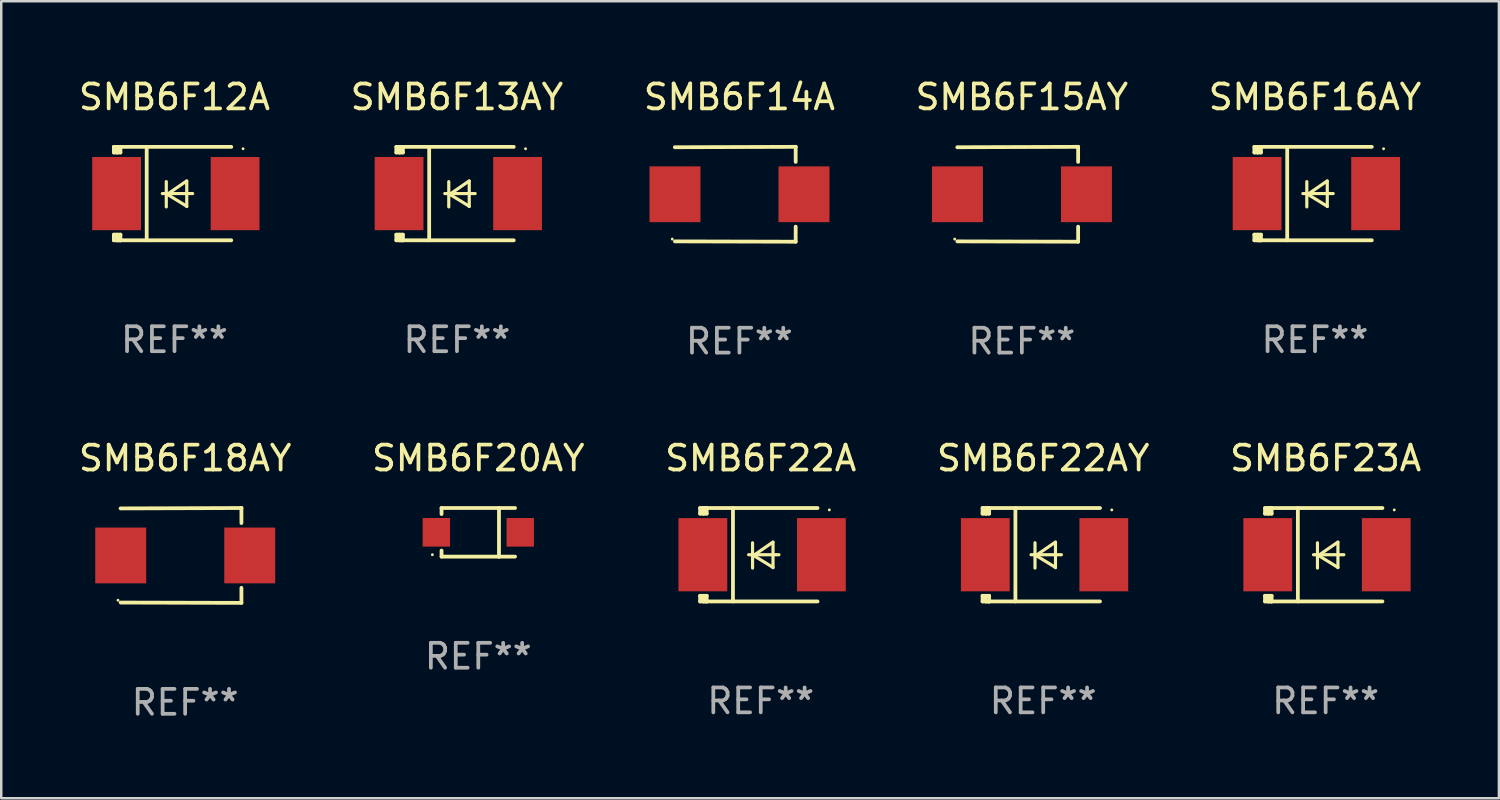
<source format=kicad_pcb>
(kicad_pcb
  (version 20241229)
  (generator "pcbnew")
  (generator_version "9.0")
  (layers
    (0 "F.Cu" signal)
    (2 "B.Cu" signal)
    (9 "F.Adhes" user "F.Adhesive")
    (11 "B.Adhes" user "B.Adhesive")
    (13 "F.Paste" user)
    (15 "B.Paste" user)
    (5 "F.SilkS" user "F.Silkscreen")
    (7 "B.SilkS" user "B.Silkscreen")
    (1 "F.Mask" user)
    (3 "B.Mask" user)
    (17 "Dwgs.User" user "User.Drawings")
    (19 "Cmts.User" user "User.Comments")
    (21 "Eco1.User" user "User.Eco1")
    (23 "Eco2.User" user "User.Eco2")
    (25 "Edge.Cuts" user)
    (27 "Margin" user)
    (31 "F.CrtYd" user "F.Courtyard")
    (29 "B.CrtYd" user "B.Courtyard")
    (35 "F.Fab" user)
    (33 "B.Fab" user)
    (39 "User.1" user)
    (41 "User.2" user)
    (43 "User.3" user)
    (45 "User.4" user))
  (footprint "SMB6F20AY"
    (layer "F.Cu")
    (at 16.161 18.334)
    (property "Reference" "SMB6F20AY" (at 0 -2.98 0) (layer "F.SilkS") (effects (font (size 1 1) (thickness 0.15))))
    (attr through_hole)
    (fp_line (start -1.476 -0.98) (end -1.476 -0.737) (stroke (width 0.152) (type solid)) (layer "F.SilkS"))
    (fp_line (start -1.476 0.973) (end -1.476 0.73) (stroke (width 0.152) (type solid)) (layer "F.SilkS"))
    (fp_line (start 0.831 0.98) (end 0.831 -0.973) (stroke (width 0.152) (type solid)) (layer "F.SilkS"))
    (fp_line (start 1.476 -0.98) (end -1.476 -0.98) (stroke (width 0.152) (type solid)) (layer "F.SilkS"))
    (fp_line (start 1.476 0.973) (end -1.476 0.973) (stroke (width 0.152) (type solid)) (layer "F.SilkS"))
    (fp_circle (center -1.845 0.897) (end -1.815 0.897) (stroke (width 0.06) (type solid)) (fill no) (layer "F.SilkS"))
    (fp_text user "REF**" (at 0 4.98 0) (layer "F.Fab") (effects (font (size 1 1) (thickness 0.15))))
    (pad "1" smd rect (at -1.685 -0.003) (size 1.1 1.15) (layers "F.Cu" "F.Mask" "F.Paste"))
    (pad "2" smd rect (at 1.685 -0.003) (size 1.1 1.15) (layers "F.Cu" "F.Mask" "F.Paste")))
  (footprint "SMB6F22AY"
    (layer "F.Cu")
    (at 38.851 19.231)
    (property "Reference" "SMB6F22AY" (at 0 -3.876 0) (layer "F.SilkS") (effects (font (size 1 1) (thickness 0.15))))
    (attr through_hole)
    (fp_line (start -2.435 1.65) (end -2.171 1.65) (stroke (width 0.152) (type solid)) (layer "F.SilkS"))
    (fp_line (start -2.435 1.876) (end -2.435 1.65) (stroke (width 0.152) (type solid)) (layer "F.SilkS"))
    (fp_line (start -2.435 -1.876) (end -2.171 -1.876) (stroke (width 0.152) (type solid)) (layer "F.SilkS"))
    (fp_line (start -2.435 -1.65) (end -2.435 -1.876) (stroke (width 0.152) (type solid)) (layer "F.SilkS"))
    (fp_line (start -2.305 -1.866) (end -2.295 -1.876) (stroke (width 0.152) (type solid)) (layer "F.SilkS"))
    (fp_line (start -2.305 -1.65) (end -2.305 -1.866) (stroke (width 0.152) (type solid)) (layer "F.SilkS"))
    (fp_line (start -2.305 1.876) (end -2.305 1.65) (stroke (width 0.152) (type solid)) (layer "F.SilkS"))
    (fp_line (start -2.295 -1.876) (end -2.295 -1.65) (stroke (width 0.152) (type solid)) (layer "F.SilkS"))
    (fp_line (start -2.171 1.876) (end -2.435 1.876) (stroke (width 0.152) (type solid)) (layer "F.SilkS"))
    (fp_line (start -2.171 -1.65) (end -2.435 -1.65) (stroke (width 0.152) (type solid)) (layer "F.SilkS"))
    (fp_line (start -2.171 -1.876) (end -2.295 -1.876) (stroke (width 0.152) (type solid)) (layer "F.SilkS"))
    (fp_line (start -2.171 -1.65) (end -2.171 -1.876) (stroke (width 0.152) (type solid)) (layer "F.SilkS"))
    (fp_line (start -2.171 1.876) (end -2.305 1.876) (stroke (width 0.152) (type solid)) (layer "F.SilkS"))
    (fp_line (start -2.171 1.876) (end -2.171 1.65) (stroke (width 0.152) (type solid)) (layer "F.SilkS"))
    (fp_line (start -1.116 1.876) (end -1.116 -1.876) (stroke (width 0.152) (type solid)) (layer "F.SilkS"))
    (fp_line (start -0.488 0.000102) (end 0.731 0.000102) (stroke (width 0.127) (type solid)) (layer "F.SilkS"))
    (fp_line (start -0.329 -0.48) (end -0.329 0.536) (stroke (width 0.127) (type solid)) (layer "F.SilkS"))
    (fp_line (start -0.29 0.03) (end 0.493 0.51) (stroke (width 0.127) (type solid)) (layer "F.SilkS"))
    (fp_line (start 0.493 -0.51) (end -0.29 0.03) (stroke (width 0.127) (type solid)) (layer "F.SilkS"))
    (fp_line (start 0.493 0.52) (end 0.493 -0.496) (stroke (width 0.127) (type solid)) (layer "F.SilkS"))
    (fp_line (start 2.281 -1.876) (end -2.171 -1.876) (stroke (width 0.152) (type solid)) (layer "F.SilkS"))
    (fp_line (start 2.281 1.876) (end -2.171 1.876) (stroke (width 0.152) (type solid)) (layer "F.SilkS"))
    (fp_circle (center 2.755 -1.8) (end 2.785 -1.8) (stroke (width 0.06) (type solid)) (fill no) (layer "F.SilkS"))
    (fp_text user "REF**" (at 0 5.876 0) (layer "F.Fab") (effects (font (size 1 1) (thickness 0.15))))
    (pad "1" smd rect (at 2.435 -0.000025 180) (size 1.96 2.94) (layers "F.Cu" "F.Mask" "F.Paste"))
    (pad "2" smd rect (at -2.325 -0.000025 180) (size 1.96 2.94) (layers "F.Cu" "F.Mask" "F.Paste")))
  (footprint "SMB6F14A"
    (layer "F.Cu")
    (at 26.649 4.753)
    (property "Reference" "SMB6F14A" (at 0 -3.905 0) (layer "F.SilkS") (effects (font (size 1 1) (thickness 0.15))))
    (attr through_hole)
    (fp_line (start 2.256 -1.905) (end -2.594 -1.889) (stroke (width 0.152) (type solid)) (layer "F.SilkS"))
    (fp_line (start 2.256 -1.905) (end 2.26 -1.905) (stroke (width 0.152) (type solid)) (layer "F.SilkS"))
    (fp_line (start 2.26 -1.905) (end 2.26 -1.301) (stroke (width 0.152) (type solid)) (layer "F.SilkS"))
    (fp_line (start 2.26 1.301) (end 2.26 1.905) (stroke (width 0.152) (type solid)) (layer "F.SilkS"))
    (fp_line (start 2.26 1.905) (end -2.59 1.892) (stroke (width 0.152) (type solid)) (layer "F.SilkS"))
    (fp_circle (center -2.697 1.8) (end -2.667 1.8) (stroke (width 0.06) (type solid)) (fill no) (layer "F.SilkS"))
    (fp_text user "REF**" (at 0 5.905 0) (layer "F.Fab") (effects (font (size 1 1) (thickness 0.15))))
    (pad "1" smd rect (at -2.588 0) (size 2.047 2.241) (layers "F.Cu" "F.Mask" "F.Paste"))
    (pad "2" smd rect (at 2.594 0) (size 2.047 2.241) (layers "F.Cu" "F.Mask" "F.Paste")))
  (footprint "SMB6F18AY"
    (layer "F.Cu")
    (at 4.387 19.26)
    (property "Reference" "SMB6F18AY" (at 0 -3.905 0) (layer "F.SilkS") (effects (font (size 1 1) (thickness 0.15))))
    (attr through_hole)
    (fp_line (start 2.256 -1.905) (end -2.594 -1.889) (stroke (width 0.152) (type solid)) (layer "F.SilkS"))
    (fp_line (start 2.256 -1.905) (end 2.26 -1.905) (stroke (width 0.152) (type solid)) (layer "F.SilkS"))
    (fp_line (start 2.26 -1.905) (end 2.26 -1.301) (stroke (width 0.152) (type solid)) (layer "F.SilkS"))
    (fp_line (start 2.26 1.301) (end 2.26 1.905) (stroke (width 0.152) (type solid)) (layer "F.SilkS"))
    (fp_line (start 2.26 1.905) (end -2.59 1.892) (stroke (width 0.152) (type solid)) (layer "F.SilkS"))
    (fp_circle (center -2.697 1.8) (end -2.667 1.8) (stroke (width 0.06) (type solid)) (fill no) (layer "F.SilkS"))
    (fp_text user "REF**" (at 0 5.905 0) (layer "F.Fab") (effects (font (size 1 1) (thickness 0.15))))
    (pad "1" smd rect (at -2.588 0) (size 2.047 2.241) (layers "F.Cu" "F.Mask" "F.Paste"))
    (pad "2" smd rect (at 2.594 0) (size 2.047 2.241) (layers "F.Cu" "F.Mask" "F.Paste")))
  (footprint "SMB6F12A"
    (layer "F.Cu")
    (at 3.958 4.725)
    (property "Reference" "SMB6F12A" (at 0 -3.876 0) (layer "F.SilkS") (effects (font (size 1 1) (thickness 0.15))))
    (attr through_hole)
    (fp_line (start -2.435 1.65) (end -2.171 1.65) (stroke (width 0.152) (type solid)) (layer "F.SilkS"))
    (fp_line (start -2.435 1.876) (end -2.435 1.65) (stroke (width 0.152) (type solid)) (layer "F.SilkS"))
    (fp_line (start -2.435 -1.876) (end -2.171 -1.876) (stroke (width 0.152) (type solid)) (layer "F.SilkS"))
    (fp_line (start -2.435 -1.65) (end -2.435 -1.876) (stroke (width 0.152) (type solid)) (layer "F.SilkS"))
    (fp_line (start -2.305 -1.866) (end -2.295 -1.876) (stroke (width 0.152) (type solid)) (layer "F.SilkS"))
    (fp_line (start -2.305 -1.65) (end -2.305 -1.866) (stroke (width 0.152) (type solid)) (layer "F.SilkS"))
    (fp_line (start -2.305 1.876) (end -2.305 1.65) (stroke (width 0.152) (type solid)) (layer "F.SilkS"))
    (fp_line (start -2.295 -1.876) (end -2.295 -1.65) (stroke (width 0.152) (type solid)) (layer "F.SilkS"))
    (fp_line (start -2.171 1.876) (end -2.435 1.876) (stroke (width 0.152) (type solid)) (layer "F.SilkS"))
    (fp_line (start -2.171 -1.65) (end -2.435 -1.65) (stroke (width 0.152) (type solid)) (layer "F.SilkS"))
    (fp_line (start -2.171 -1.876) (end -2.295 -1.876) (stroke (width 0.152) (type solid)) (layer "F.SilkS"))
    (fp_line (start -2.171 -1.65) (end -2.171 -1.876) (stroke (width 0.152) (type solid)) (layer "F.SilkS"))
    (fp_line (start -2.171 1.876) (end -2.305 1.876) (stroke (width 0.152) (type solid)) (layer "F.SilkS"))
    (fp_line (start -2.171 1.876) (end -2.171 1.65) (stroke (width 0.152) (type solid)) (layer "F.SilkS"))
    (fp_line (start -1.116 1.876) (end -1.116 -1.876) (stroke (width 0.152) (type solid)) (layer "F.SilkS"))
    (fp_line (start -0.488 0.000102) (end 0.731 0.000102) (stroke (width 0.127) (type solid)) (layer "F.SilkS"))
    (fp_line (start -0.329 -0.48) (end -0.329 0.536) (stroke (width 0.127) (type solid)) (layer "F.SilkS"))
    (fp_line (start -0.29 0.03) (end 0.493 0.51) (stroke (width 0.127) (type solid)) (layer "F.SilkS"))
    (fp_line (start 0.493 -0.51) (end -0.29 0.03) (stroke (width 0.127) (type solid)) (layer "F.SilkS"))
    (fp_line (start 0.493 0.52) (end 0.493 -0.496) (stroke (width 0.127) (type solid)) (layer "F.SilkS"))
    (fp_line (start 2.281 -1.876) (end -2.171 -1.876) (stroke (width 0.152) (type solid)) (layer "F.SilkS"))
    (fp_line (start 2.281 1.876) (end -2.171 1.876) (stroke (width 0.152) (type solid)) (layer "F.SilkS"))
    (fp_circle (center 2.755 -1.8) (end 2.785 -1.8) (stroke (width 0.06) (type solid)) (fill no) (layer "F.SilkS"))
    (fp_text user "REF**" (at 0 5.876 0) (layer "F.Fab") (effects (font (size 1 1) (thickness 0.15))))
    (pad "1" smd rect (at 2.435 -0.000025 180) (size 1.96 2.94) (layers "F.Cu" "F.Mask" "F.Paste"))
    (pad "2" smd rect (at -2.325 -0.000025 180) (size 1.96 2.94) (layers "F.Cu" "F.Mask" "F.Paste")))
  (footprint "SMB6F22A"
    (layer "F.Cu")
    (at 27.506 19.231)
    (property "Reference" "SMB6F22A" (at 0 -3.876 0) (layer "F.SilkS") (effects (font (size 1 1) (thickness 0.15))))
    (attr through_hole)
    (fp_line (start -2.435 1.65) (end -2.171 1.65) (stroke (width 0.152) (type solid)) (layer "F.SilkS"))
    (fp_line (start -2.435 1.876) (end -2.435 1.65) (stroke (width 0.152) (type solid)) (layer "F.SilkS"))
    (fp_line (start -2.435 -1.876) (end -2.171 -1.876) (stroke (width 0.152) (type solid)) (layer "F.SilkS"))
    (fp_line (start -2.435 -1.65) (end -2.435 -1.876) (stroke (width 0.152) (type solid)) (layer "F.SilkS"))
    (fp_line (start -2.305 -1.866) (end -2.295 -1.876) (stroke (width 0.152) (type solid)) (layer "F.SilkS"))
    (fp_line (start -2.305 -1.65) (end -2.305 -1.866) (stroke (width 0.152) (type solid)) (layer "F.SilkS"))
    (fp_line (start -2.305 1.876) (end -2.305 1.65) (stroke (width 0.152) (type solid)) (layer "F.SilkS"))
    (fp_line (start -2.295 -1.876) (end -2.295 -1.65) (stroke (width 0.152) (type solid)) (layer "F.SilkS"))
    (fp_line (start -2.171 1.876) (end -2.435 1.876) (stroke (width 0.152) (type solid)) (layer "F.SilkS"))
    (fp_line (start -2.171 -1.65) (end -2.435 -1.65) (stroke (width 0.152) (type solid)) (layer "F.SilkS"))
    (fp_line (start -2.171 -1.876) (end -2.295 -1.876) (stroke (width 0.152) (type solid)) (layer "F.SilkS"))
    (fp_line (start -2.171 -1.65) (end -2.171 -1.876) (stroke (width 0.152) (type solid)) (layer "F.SilkS"))
    (fp_line (start -2.171 1.876) (end -2.305 1.876) (stroke (width 0.152) (type solid)) (layer "F.SilkS"))
    (fp_line (start -2.171 1.876) (end -2.171 1.65) (stroke (width 0.152) (type solid)) (layer "F.SilkS"))
    (fp_line (start -1.116 1.876) (end -1.116 -1.876) (stroke (width 0.152) (type solid)) (layer "F.SilkS"))
    (fp_line (start -0.488 0.000102) (end 0.731 0.000102) (stroke (width 0.127) (type solid)) (layer "F.SilkS"))
    (fp_line (start -0.329 -0.48) (end -0.329 0.536) (stroke (width 0.127) (type solid)) (layer "F.SilkS"))
    (fp_line (start -0.29 0.03) (end 0.493 0.51) (stroke (width 0.127) (type solid)) (layer "F.SilkS"))
    (fp_line (start 0.493 -0.51) (end -0.29 0.03) (stroke (width 0.127) (type solid)) (layer "F.SilkS"))
    (fp_line (start 0.493 0.52) (end 0.493 -0.496) (stroke (width 0.127) (type solid)) (layer "F.SilkS"))
    (fp_line (start 2.281 -1.876) (end -2.171 -1.876) (stroke (width 0.152) (type solid)) (layer "F.SilkS"))
    (fp_line (start 2.281 1.876) (end -2.171 1.876) (stroke (width 0.152) (type solid)) (layer "F.SilkS"))
    (fp_circle (center 2.755 -1.8) (end 2.785 -1.8) (stroke (width 0.06) (type solid)) (fill no) (layer "F.SilkS"))
    (fp_text user "REF**" (at 0 5.876 0) (layer "F.Fab") (effects (font (size 1 1) (thickness 0.15))))
    (pad "1" smd rect (at 2.435 -0.000025 180) (size 1.96 2.94) (layers "F.Cu" "F.Mask" "F.Paste"))
    (pad "2" smd rect (at -2.325 -0.000025 180) (size 1.96 2.94) (layers "F.Cu" "F.Mask" "F.Paste")))
  (footprint "SMB6F15AY"
    (layer "F.Cu")
    (at 37.994 4.753)
    (property "Reference" "SMB6F15AY" (at 0 -3.905 0) (layer "F.SilkS") (effects (font (size 1 1) (thickness 0.15))))
    (attr through_hole)
    (fp_line (start 2.256 -1.905) (end -2.594 -1.889) (stroke (width 0.152) (type solid)) (layer "F.SilkS"))
    (fp_line (start 2.256 -1.905) (end 2.26 -1.905) (stroke (width 0.152) (type solid)) (layer "F.SilkS"))
    (fp_line (start 2.26 -1.905) (end 2.26 -1.301) (stroke (width 0.152) (type solid)) (layer "F.SilkS"))
    (fp_line (start 2.26 1.301) (end 2.26 1.905) (stroke (width 0.152) (type solid)) (layer "F.SilkS"))
    (fp_line (start 2.26 1.905) (end -2.59 1.892) (stroke (width 0.152) (type solid)) (layer "F.SilkS"))
    (fp_circle (center -2.697 1.8) (end -2.667 1.8) (stroke (width 0.06) (type solid)) (fill no) (layer "F.SilkS"))
    (fp_text user "REF**" (at 0 5.905 0) (layer "F.Fab") (effects (font (size 1 1) (thickness 0.15))))
    (pad "1" smd rect (at -2.588 0) (size 2.047 2.241) (layers "F.Cu" "F.Mask" "F.Paste"))
    (pad "2" smd rect (at 2.594 0) (size 2.047 2.241) (layers "F.Cu" "F.Mask" "F.Paste")))
  (footprint "SMB6F23A"
    (layer "F.Cu")
    (at 50.196 19.231)
    (property "Reference" "SMB6F23A" (at 0 -3.876 0) (layer "F.SilkS") (effects (font (size 1 1) (thickness 0.15))))
    (attr through_hole)
    (fp_line (start -2.435 1.65) (end -2.171 1.65) (stroke (width 0.152) (type solid)) (layer "F.SilkS"))
    (fp_line (start -2.435 1.876) (end -2.435 1.65) (stroke (width 0.152) (type solid)) (layer "F.SilkS"))
    (fp_line (start -2.435 -1.876) (end -2.171 -1.876) (stroke (width 0.152) (type solid)) (layer "F.SilkS"))
    (fp_line (start -2.435 -1.65) (end -2.435 -1.876) (stroke (width 0.152) (type solid)) (layer "F.SilkS"))
    (fp_line (start -2.305 -1.866) (end -2.295 -1.876) (stroke (width 0.152) (type solid)) (layer "F.SilkS"))
    (fp_line (start -2.305 -1.65) (end -2.305 -1.866) (stroke (width 0.152) (type solid)) (layer "F.SilkS"))
    (fp_line (start -2.305 1.876) (end -2.305 1.65) (stroke (width 0.152) (type solid)) (layer "F.SilkS"))
    (fp_line (start -2.295 -1.876) (end -2.295 -1.65) (stroke (width 0.152) (type solid)) (layer "F.SilkS"))
    (fp_line (start -2.171 1.876) (end -2.435 1.876) (stroke (width 0.152) (type solid)) (layer "F.SilkS"))
    (fp_line (start -2.171 -1.65) (end -2.435 -1.65) (stroke (width 0.152) (type solid)) (layer "F.SilkS"))
    (fp_line (start -2.171 -1.876) (end -2.295 -1.876) (stroke (width 0.152) (type solid)) (layer "F.SilkS"))
    (fp_line (start -2.171 -1.65) (end -2.171 -1.876) (stroke (width 0.152) (type solid)) (layer "F.SilkS"))
    (fp_line (start -2.171 1.876) (end -2.305 1.876) (stroke (width 0.152) (type solid)) (layer "F.SilkS"))
    (fp_line (start -2.171 1.876) (end -2.171 1.65) (stroke (width 0.152) (type solid)) (layer "F.SilkS"))
    (fp_line (start -1.116 1.876) (end -1.116 -1.876) (stroke (width 0.152) (type solid)) (layer "F.SilkS"))
    (fp_line (start -0.488 0.000102) (end 0.731 0.000102) (stroke (width 0.127) (type solid)) (layer "F.SilkS"))
    (fp_line (start -0.329 -0.48) (end -0.329 0.536) (stroke (width 0.127) (type solid)) (layer "F.SilkS"))
    (fp_line (start -0.29 0.03) (end 0.493 0.51) (stroke (width 0.127) (type solid)) (layer "F.SilkS"))
    (fp_line (start 0.493 -0.51) (end -0.29 0.03) (stroke (width 0.127) (type solid)) (layer "F.SilkS"))
    (fp_line (start 0.493 0.52) (end 0.493 -0.496) (stroke (width 0.127) (type solid)) (layer "F.SilkS"))
    (fp_line (start 2.281 -1.876) (end -2.171 -1.876) (stroke (width 0.152) (type solid)) (layer "F.SilkS"))
    (fp_line (start 2.281 1.876) (end -2.171 1.876) (stroke (width 0.152) (type solid)) (layer "F.SilkS"))
    (fp_circle (center 2.755 -1.8) (end 2.785 -1.8) (stroke (width 0.06) (type solid)) (fill no) (layer "F.SilkS"))
    (fp_text user "REF**" (at 0 5.876 0) (layer "F.Fab") (effects (font (size 1 1) (thickness 0.15))))
    (pad "1" smd rect (at 2.435 -0.000025 180) (size 1.96 2.94) (layers "F.Cu" "F.Mask" "F.Paste"))
    (pad "2" smd rect (at -2.325 -0.000025 180) (size 1.96 2.94) (layers "F.Cu" "F.Mask" "F.Paste")))
  (footprint "SMB6F13AY"
    (layer "F.Cu")
    (at 15.304 4.725)
    (property "Reference" "SMB6F13AY" (at 0 -3.876 0) (layer "F.SilkS") (effects (font (size 1 1) (thickness 0.15))))
    (attr through_hole)
    (fp_line (start -2.435 1.65) (end -2.171 1.65) (stroke (width 0.152) (type solid)) (layer "F.SilkS"))
    (fp_line (start -2.435 1.876) (end -2.435 1.65) (stroke (width 0.152) (type solid)) (layer "F.SilkS"))
    (fp_line (start -2.435 -1.876) (end -2.171 -1.876) (stroke (width 0.152) (type solid)) (layer "F.SilkS"))
    (fp_line (start -2.435 -1.65) (end -2.435 -1.876) (stroke (width 0.152) (type solid)) (layer "F.SilkS"))
    (fp_line (start -2.305 -1.866) (end -2.295 -1.876) (stroke (width 0.152) (type solid)) (layer "F.SilkS"))
    (fp_line (start -2.305 -1.65) (end -2.305 -1.866) (stroke (width 0.152) (type solid)) (layer "F.SilkS"))
    (fp_line (start -2.305 1.876) (end -2.305 1.65) (stroke (width 0.152) (type solid)) (layer "F.SilkS"))
    (fp_line (start -2.295 -1.876) (end -2.295 -1.65) (stroke (width 0.152) (type solid)) (layer "F.SilkS"))
    (fp_line (start -2.171 1.876) (end -2.435 1.876) (stroke (width 0.152) (type solid)) (layer "F.SilkS"))
    (fp_line (start -2.171 -1.65) (end -2.435 -1.65) (stroke (width 0.152) (type solid)) (layer "F.SilkS"))
    (fp_line (start -2.171 -1.876) (end -2.295 -1.876) (stroke (width 0.152) (type solid)) (layer "F.SilkS"))
    (fp_line (start -2.171 -1.65) (end -2.171 -1.876) (stroke (width 0.152) (type solid)) (layer "F.SilkS"))
    (fp_line (start -2.171 1.876) (end -2.305 1.876) (stroke (width 0.152) (type solid)) (layer "F.SilkS"))
    (fp_line (start -2.171 1.876) (end -2.171 1.65) (stroke (width 0.152) (type solid)) (layer "F.SilkS"))
    (fp_line (start -1.116 1.876) (end -1.116 -1.876) (stroke (width 0.152) (type solid)) (layer "F.SilkS"))
    (fp_line (start -0.488 0.000102) (end 0.731 0.000102) (stroke (width 0.127) (type solid)) (layer "F.SilkS"))
    (fp_line (start -0.329 -0.48) (end -0.329 0.536) (stroke (width 0.127) (type solid)) (layer "F.SilkS"))
    (fp_line (start -0.29 0.03) (end 0.493 0.51) (stroke (width 0.127) (type solid)) (layer "F.SilkS"))
    (fp_line (start 0.493 -0.51) (end -0.29 0.03) (stroke (width 0.127) (type solid)) (layer "F.SilkS"))
    (fp_line (start 0.493 0.52) (end 0.493 -0.496) (stroke (width 0.127) (type solid)) (layer "F.SilkS"))
    (fp_line (start 2.281 -1.876) (end -2.171 -1.876) (stroke (width 0.152) (type solid)) (layer "F.SilkS"))
    (fp_line (start 2.281 1.876) (end -2.171 1.876) (stroke (width 0.152) (type solid)) (layer "F.SilkS"))
    (fp_circle (center 2.755 -1.8) (end 2.785 -1.8) (stroke (width 0.06) (type solid)) (fill no) (layer "F.SilkS"))
    (fp_text user "REF**" (at 0 5.876 0) (layer "F.Fab") (effects (font (size 1 1) (thickness 0.15))))
    (pad "1" smd rect (at 2.435 -0.000025 180) (size 1.96 2.94) (layers "F.Cu" "F.Mask" "F.Paste"))
    (pad "2" smd rect (at -2.325 -0.000025 180) (size 1.96 2.94) (layers "F.Cu" "F.Mask" "F.Paste")))
  (footprint "SMB6F16AY"
    (layer "F.Cu")
    (at 49.768 4.725)
    (property "Reference" "SMB6F16AY" (at 0 -3.876 0) (layer "F.SilkS") (effects (font (size 1 1) (thickness 0.15))))
    (attr through_hole)
    (fp_line (start -2.435 1.65) (end -2.171 1.65) (stroke (width 0.152) (type solid)) (layer "F.SilkS"))
    (fp_line (start -2.435 1.876) (end -2.435 1.65) (stroke (width 0.152) (type solid)) (layer "F.SilkS"))
    (fp_line (start -2.435 -1.876) (end -2.171 -1.876) (stroke (width 0.152) (type solid)) (layer "F.SilkS"))
    (fp_line (start -2.435 -1.65) (end -2.435 -1.876) (stroke (width 0.152) (type solid)) (layer "F.SilkS"))
    (fp_line (start -2.305 -1.866) (end -2.295 -1.876) (stroke (width 0.152) (type solid)) (layer "F.SilkS"))
    (fp_line (start -2.305 -1.65) (end -2.305 -1.866) (stroke (width 0.152) (type solid)) (layer "F.SilkS"))
    (fp_line (start -2.305 1.876) (end -2.305 1.65) (stroke (width 0.152) (type solid)) (layer "F.SilkS"))
    (fp_line (start -2.295 -1.876) (end -2.295 -1.65) (stroke (width 0.152) (type solid)) (layer "F.SilkS"))
    (fp_line (start -2.171 1.876) (end -2.435 1.876) (stroke (width 0.152) (type solid)) (layer "F.SilkS"))
    (fp_line (start -2.171 -1.65) (end -2.435 -1.65) (stroke (width 0.152) (type solid)) (layer "F.SilkS"))
    (fp_line (start -2.171 -1.876) (end -2.295 -1.876) (stroke (width 0.152) (type solid)) (layer "F.SilkS"))
    (fp_line (start -2.171 -1.65) (end -2.171 -1.876) (stroke (width 0.152) (type solid)) (layer "F.SilkS"))
    (fp_line (start -2.171 1.876) (end -2.305 1.876) (stroke (width 0.152) (type solid)) (layer "F.SilkS"))
    (fp_line (start -2.171 1.876) (end -2.171 1.65) (stroke (width 0.152) (type solid)) (layer "F.SilkS"))
    (fp_line (start -1.116 1.876) (end -1.116 -1.876) (stroke (width 0.152) (type solid)) (layer "F.SilkS"))
    (fp_line (start -0.488 0.000102) (end 0.731 0.000102) (stroke (width 0.127) (type solid)) (layer "F.SilkS"))
    (fp_line (start -0.329 -0.48) (end -0.329 0.536) (stroke (width 0.127) (type solid)) (layer "F.SilkS"))
    (fp_line (start -0.29 0.03) (end 0.493 0.51) (stroke (width 0.127) (type solid)) (layer "F.SilkS"))
    (fp_line (start 0.493 -0.51) (end -0.29 0.03) (stroke (width 0.127) (type solid)) (layer "F.SilkS"))
    (fp_line (start 0.493 0.52) (end 0.493 -0.496) (stroke (width 0.127) (type solid)) (layer "F.SilkS"))
    (fp_line (start 2.281 -1.876) (end -2.171 -1.876) (stroke (width 0.152) (type solid)) (layer "F.SilkS"))
    (fp_line (start 2.281 1.876) (end -2.171 1.876) (stroke (width 0.152) (type solid)) (layer "F.SilkS"))
    (fp_circle (center 2.755 -1.8) (end 2.785 -1.8) (stroke (width 0.06) (type solid)) (fill no) (layer "F.SilkS"))
    (fp_text user "REF**" (at 0 5.876 0) (layer "F.Fab") (effects (font (size 1 1) (thickness 0.15))))
    (pad "1" smd rect (at 2.435 -0.000025 180) (size 1.96 2.94) (layers "F.Cu" "F.Mask" "F.Paste"))
    (pad "2" smd rect (at -2.325 -0.000025 180) (size 1.96 2.94) (layers "F.Cu" "F.Mask" "F.Paste")))
  (gr_rect
    (start -3 -3)
    (end 57.155 29.013)
    (stroke (width 0.1) (type default))
    (fill no)
    (layer "Edge.Cuts")))
</source>
